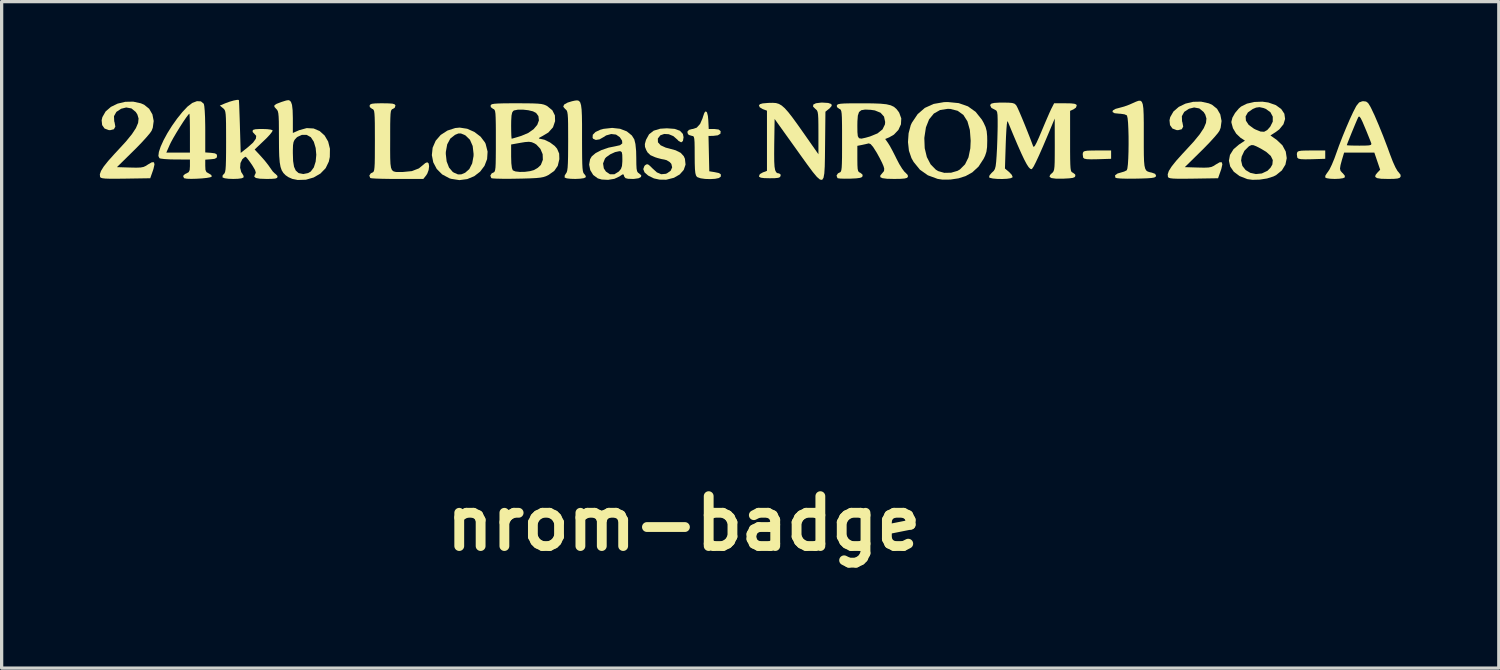
<source format=kicad_pcb>
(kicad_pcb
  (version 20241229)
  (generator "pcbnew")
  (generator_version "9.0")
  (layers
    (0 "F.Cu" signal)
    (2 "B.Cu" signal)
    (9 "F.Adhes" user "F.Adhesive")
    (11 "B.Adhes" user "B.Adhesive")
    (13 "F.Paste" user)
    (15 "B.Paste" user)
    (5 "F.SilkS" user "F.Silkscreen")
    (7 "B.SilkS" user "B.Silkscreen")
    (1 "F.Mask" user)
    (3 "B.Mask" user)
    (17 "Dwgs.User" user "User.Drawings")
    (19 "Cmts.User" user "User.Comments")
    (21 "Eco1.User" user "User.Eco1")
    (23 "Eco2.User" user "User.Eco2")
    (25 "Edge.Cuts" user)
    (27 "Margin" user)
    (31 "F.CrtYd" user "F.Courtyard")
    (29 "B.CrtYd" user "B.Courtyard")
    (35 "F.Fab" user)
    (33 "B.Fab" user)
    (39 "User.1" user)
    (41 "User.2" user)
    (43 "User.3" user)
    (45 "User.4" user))
  (footprint "nrom-badge"
    (layer "F.Cu")
    (at 20.337 1.441)
    (property "Reference" "nrom-badge" (at -2.5 11.5 0) (layer "F.SilkS") (effects (font (size 1.524 1.524) (thickness 0.3))))
    (attr board_only exclude_from_pos_files exclude_from_bom)
    (fp_poly (pts (xy 10.555 0.36) (xy 10.14 0.373) (xy 9.941 0.376) (xy 9.812 0.371) (xy 9.738 0.356) (xy 9.705 0.329) (xy 9.701 0.322) (xy 9.688 0.226) (xy 9.692 0.183) (xy 9.708 0.147) (xy 9.749 0.125) (xy 9.831 0.112) (xy 9.97 0.107) (xy 10.131 0.106) (xy 10.555 0.106)) (stroke (width 0) (type solid)) (fill yes) (layer "F.SilkS"))
    (fp_poly (pts (xy 17.096 0.36) (xy 16.681 0.373) (xy 16.483 0.376) (xy 16.354 0.371) (xy 16.28 0.356) (xy 16.246 0.329) (xy 16.242 0.322) (xy 16.229 0.226) (xy 16.233 0.183) (xy 16.249 0.147) (xy 16.29 0.125) (xy 16.372 0.112) (xy 16.511 0.107) (xy 16.672 0.106) (xy 17.096 0.106)) (stroke (width 0) (type solid)) (fill yes) (layer "F.SilkS"))
    (fp_poly (pts (xy -5.702 -1.41) (xy -5.663 -1.363) (xy -5.637 -1.276) (xy -5.62 -1.141) (xy -5.611 -0.949) (xy -5.607 -0.692) (xy -5.607 -0.361) (xy -5.607 -0.262) (xy -5.606 0.065) (xy -5.604 0.318) (xy -5.6 0.506) (xy -5.593 0.64) (xy -5.582 0.729) (xy -5.567 0.785) (xy -5.547 0.817) (xy -5.536 0.826) (xy -5.492 0.888) (xy -5.497 0.926) (xy -5.553 0.952) (xy -5.666 0.968) (xy -5.808 0.975) (xy -5.953 0.971) (xy -6.071 0.958) (xy -6.136 0.934) (xy -6.139 0.93) (xy -6.136 0.868) (xy -6.099 0.81) (xy -6.076 0.774) (xy -6.059 0.716) (xy -6.047 0.625) (xy -6.039 0.489) (xy -6.034 0.298) (xy -6.032 0.041) (xy -6.031 -0.181) (xy -6.032 -0.483) (xy -6.033 -0.71) (xy -6.037 -0.876) (xy -6.045 -0.991) (xy -6.057 -1.066) (xy -6.074 -1.113) (xy -6.098 -1.142) (xy -6.123 -1.162) (xy -6.181 -1.231) (xy -6.155 -1.296) (xy -6.048 -1.357) (xy -5.915 -1.398) (xy -5.825 -1.418) (xy -5.755 -1.425)) (stroke (width 0) (type solid)) (fill yes) (layer "F.SilkS"))
    (fp_poly (pts (xy -9.116 -0.558) (xy -8.895 -0.46) (xy -8.706 -0.316) (xy -8.573 -0.14) (xy -8.552 -0.097) (xy -8.492 0.141) (xy -8.507 0.369) (xy -8.587 0.576) (xy -8.722 0.754) (xy -8.901 0.892) (xy -9.114 0.98) (xy -9.353 1.011) (xy -9.605 0.972) (xy -9.657 0.956) (xy -9.88 0.837) (xy -10.046 0.669) (xy -10.152 0.468) (xy -10.195 0.247) (xy -10.191 0.212) (xy -9.769 0.212) (xy -9.743 0.44) (xy -9.67 0.628) (xy -9.558 0.76) (xy -9.519 0.784) (xy -9.397 0.837) (xy -9.295 0.835) (xy -9.178 0.786) (xy -9.051 0.675) (xy -8.963 0.501) (xy -8.922 0.279) (xy -8.92 0.212) (xy -8.948 -0.031) (xy -9.031 -0.221) (xy -9.164 -0.351) (xy -9.202 -0.372) (xy -9.307 -0.414) (xy -9.387 -0.413) (xy -9.486 -0.372) (xy -9.631 -0.258) (xy -9.726 -0.081) (xy -9.768 0.15) (xy -9.769 0.212) (xy -10.191 0.212) (xy -10.171 0.022) (xy -10.078 -0.192) (xy -9.925 -0.369) (xy -9.718 -0.503) (xy -9.48 -0.58) (xy -9.344 -0.593)) (stroke (width 0) (type solid)) (fill yes) (layer "F.SilkS"))
    (fp_poly (pts (xy -1.79 -1.058) (xy -1.762 -0.947) (xy -1.75 -0.813) (xy -1.737 -0.551) (xy -1.568 -0.551) (xy -1.435 -0.535) (xy -1.374 -0.486) (xy -1.373 -0.483) (xy -1.379 -0.407) (xy -1.459 -0.358) (xy -1.605 -0.34) (xy -1.744 -0.339) (xy -1.72 0.741) (xy -1.56 0.767) (xy -1.43 0.794) (xy -1.37 0.83) (xy -1.366 0.886) (xy -1.374 0.91) (xy -1.429 0.948) (xy -1.542 0.971) (xy -1.689 0.98) (xy -1.845 0.975) (xy -1.984 0.956) (xy -2.081 0.922) (xy -2.099 0.909) (xy -2.127 0.866) (xy -2.146 0.793) (xy -2.158 0.677) (xy -2.164 0.504) (xy -2.166 0.261) (xy -2.166 0.251) (xy -2.167 0.017) (xy -2.17 -0.146) (xy -2.178 -0.25) (xy -2.192 -0.308) (xy -2.214 -0.334) (xy -2.246 -0.339) (xy -2.338 -0.367) (xy -2.372 -0.395) (xy -2.391 -0.465) (xy -2.342 -0.523) (xy -2.241 -0.551) (xy -2.223 -0.551) (xy -2.103 -0.592) (xy -2 -0.706) (xy -1.924 -0.882) (xy -1.914 -0.918) (xy -1.87 -1.046) (xy -1.828 -1.091)) (stroke (width 0) (type solid)) (fill yes) (layer "F.SilkS"))
    (fp_poly (pts (xy 11.493 -1.381) (xy 11.522 -1.305) (xy 11.54 -1.179) (xy 11.549 -0.994) (xy 11.553 -0.741) (xy 11.553 -0.414) (xy 11.553 -0.339) (xy 11.553 -0.011) (xy 11.555 0.242) (xy 11.561 0.432) (xy 11.574 0.567) (xy 11.595 0.657) (xy 11.626 0.715) (xy 11.671 0.748) (xy 11.731 0.768) (xy 11.8 0.783) (xy 11.901 0.82) (xy 11.928 0.876) (xy 11.927 0.884) (xy 11.911 0.912) (xy 11.869 0.932) (xy 11.788 0.946) (xy 11.655 0.956) (xy 11.456 0.963) (xy 11.312 0.966) (xy 11.051 0.968) (xy 10.855 0.963) (xy 10.729 0.951) (xy 10.683 0.934) (xy 10.676 0.863) (xy 10.752 0.809) (xy 10.842 0.783) (xy 10.954 0.75) (xy 11.032 0.711) (xy 11.033 0.711) (xy 11.052 0.654) (xy 11.068 0.528) (xy 11.079 0.351) (xy 11.086 0.139) (xy 11.089 -0.093) (xy 11.088 -0.327) (xy 11.082 -0.547) (xy 11.073 -0.736) (xy 11.059 -0.879) (xy 11.04 -0.959) (xy 11.035 -0.967) (xy 10.963 -0.999) (xy 10.845 -1.016) (xy 10.804 -1.018) (xy 10.662 -1.032) (xy 10.597 -1.069) (xy 10.608 -1.117) (xy 10.692 -1.166) (xy 10.831 -1.203) (xy 10.955 -1.237) (xy 11.111 -1.294) (xy 11.208 -1.337) (xy 11.311 -1.383) (xy 11.39 -1.412) (xy 11.45 -1.414)) (stroke (width 0) (type solid)) (fill yes) (layer "F.SilkS"))
    (fp_poly (pts (xy 5.899 -1.341) (xy 6.182 -1.242) (xy 6.417 -1.074) (xy 6.607 -0.835) (xy 6.66 -0.742) (xy 6.72 -0.612) (xy 6.754 -0.486) (xy 6.768 -0.332) (xy 6.771 -0.191) (xy 6.766 0.002) (xy 6.746 0.144) (xy 6.705 0.268) (xy 6.66 0.36) (xy 6.504 0.6) (xy 6.314 0.775) (xy 6.11 0.888) (xy 5.893 0.957) (xy 5.644 0.994) (xy 5.402 0.996) (xy 5.256 0.974) (xy 4.957 0.864) (xy 4.715 0.693) (xy 4.522 0.456) (xy 4.456 0.339) (xy 4.379 0.114) (xy 4.35 -0.15) (xy 4.358 -0.269) (xy 4.849 -0.269) (xy 4.861 0.037) (xy 4.926 0.307) (xy 5.041 0.529) (xy 5.199 0.691) (xy 5.273 0.736) (xy 5.458 0.789) (xy 5.667 0.785) (xy 5.863 0.728) (xy 5.937 0.685) (xy 6.093 0.529) (xy 6.198 0.316) (xy 6.254 0.041) (xy 6.265 -0.191) (xy 6.24 -0.522) (xy 6.166 -0.785) (xy 6.042 -0.98) (xy 5.868 -1.106) (xy 5.646 -1.163) (xy 5.564 -1.166) (xy 5.33 -1.13) (xy 5.14 -1.022) (xy 4.995 -0.845) (xy 4.898 -0.601) (xy 4.851 -0.294) (xy 4.849 -0.269) (xy 4.358 -0.269) (xy 4.369 -0.421) (xy 4.434 -0.667) (xy 4.469 -0.742) (xy 4.645 -1.004) (xy 4.865 -1.195) (xy 5.132 -1.316) (xy 5.45 -1.371) (xy 5.564 -1.374)) (stroke (width 0) (type solid)) (fill yes) (layer "F.SilkS"))
    (fp_poly (pts (xy -2.778 -0.554) (xy -2.616 -0.496) (xy -2.526 -0.399) (xy -2.506 -0.298) (xy -2.525 -0.183) (xy -2.578 -0.143) (xy -2.655 -0.183) (xy -2.694 -0.225) (xy -2.816 -0.332) (xy -2.957 -0.391) (xy -3.097 -0.399) (xy -3.214 -0.358) (xy -3.288 -0.264) (xy -3.292 -0.254) (xy -3.288 -0.144) (xy -3.205 -0.052) (xy -3.05 0.019) (xy -2.967 0.04) (xy -2.746 0.101) (xy -2.595 0.177) (xy -2.501 0.278) (xy -2.464 0.36) (xy -2.445 0.537) (xy -2.501 0.7) (xy -2.623 0.838) (xy -2.8 0.94) (xy -3.022 0.996) (xy -3.043 0.999) (xy -3.24 0.996) (xy -3.411 0.959) (xy -3.586 0.873) (xy -3.697 0.776) (xy -3.737 0.674) (xy -3.701 0.578) (xy -3.671 0.549) (xy -3.622 0.524) (xy -3.568 0.545) (xy -3.487 0.621) (xy -3.465 0.644) (xy -3.321 0.775) (xy -3.188 0.831) (xy -3.052 0.819) (xy -3.012 0.804) (xy -2.9 0.725) (xy -2.854 0.622) (xy -2.879 0.515) (xy -2.929 0.459) (xy -3.024 0.402) (xy -3.098 0.382) (xy -3.179 0.368) (xy -3.304 0.335) (xy -3.372 0.313) (xy -3.516 0.25) (xy -3.604 0.167) (xy -3.643 0.099) (xy -3.684 -0.004) (xy -3.688 -0.092) (xy -3.656 -0.208) (xy -3.651 -0.222) (xy -3.56 -0.388) (xy -3.419 -0.499) (xy -3.22 -0.559) (xy -3.014 -0.572)) (stroke (width 0) (type solid)) (fill yes) (layer "F.SilkS"))
    (fp_poly (pts (xy -19.084 -1.335) (xy -18.984 -1.292) (xy -18.83 -1.168) (xy -18.731 -0.996) (xy -18.692 -0.795) (xy -18.72 -0.588) (xy -18.756 -0.496) (xy -18.809 -0.42) (xy -18.911 -0.3) (xy -19.05 -0.147) (xy -19.214 0.023) (xy -19.319 0.127) (xy -19.815 0.615) (xy -19.414 0.627) (xy -19.223 0.631) (xy -19.093 0.626) (xy -19.003 0.609) (xy -18.929 0.575) (xy -18.864 0.532) (xy -18.749 0.466) (xy -18.684 0.465) (xy -18.668 0.532) (xy -18.699 0.669) (xy -18.718 0.727) (xy -18.798 0.954) (xy -19.552 0.966) (xy -19.826 0.969) (xy -20.027 0.969) (xy -20.167 0.964) (xy -20.256 0.954) (xy -20.306 0.939) (xy -20.328 0.916) (xy -20.33 0.912) (xy -20.337 0.832) (xy -20.301 0.729) (xy -20.218 0.596) (xy -20.082 0.425) (xy -19.888 0.209) (xy -19.787 0.101) (xy -19.541 -0.167) (xy -19.358 -0.391) (xy -19.235 -0.578) (xy -19.168 -0.736) (xy -19.154 -0.871) (xy -19.19 -0.992) (xy -19.24 -1.071) (xy -19.372 -1.179) (xy -19.531 -1.208) (xy -19.687 -1.169) (xy -19.832 -1.073) (xy -19.905 -0.942) (xy -19.898 -0.786) (xy -19.887 -0.753) (xy -19.864 -0.623) (xy -19.908 -0.543) (xy -20.019 -0.515) (xy -20.065 -0.517) (xy -20.193 -0.565) (xy -20.267 -0.67) (xy -20.282 -0.817) (xy -20.26 -0.912) (xy -20.161 -1.086) (xy -19.999 -1.226) (xy -19.793 -1.326) (xy -19.56 -1.381) (xy -19.318 -1.386)) (stroke (width 0) (type solid)) (fill yes) (layer "F.SilkS"))
    (fp_poly (pts (xy 13.537 -1.335) (xy 13.637 -1.292) (xy 13.791 -1.168) (xy 13.89 -0.996) (xy 13.929 -0.795) (xy 13.901 -0.588) (xy 13.865 -0.496) (xy 13.812 -0.42) (xy 13.71 -0.3) (xy 13.571 -0.147) (xy 13.406 0.023) (xy 13.302 0.127) (xy 12.806 0.615) (xy 13.206 0.627) (xy 13.398 0.631) (xy 13.528 0.626) (xy 13.618 0.609) (xy 13.692 0.575) (xy 13.757 0.532) (xy 13.871 0.466) (xy 13.936 0.465) (xy 13.953 0.532) (xy 13.922 0.669) (xy 13.902 0.727) (xy 13.822 0.954) (xy 13.069 0.966) (xy 12.795 0.969) (xy 12.593 0.969) (xy 12.454 0.964) (xy 12.365 0.954) (xy 12.315 0.939) (xy 12.293 0.916) (xy 12.291 0.912) (xy 12.284 0.832) (xy 12.319 0.729) (xy 12.403 0.596) (xy 12.539 0.425) (xy 12.733 0.209) (xy 12.834 0.101) (xy 13.08 -0.167) (xy 13.263 -0.391) (xy 13.386 -0.578) (xy 13.453 -0.736) (xy 13.467 -0.871) (xy 13.431 -0.992) (xy 13.38 -1.071) (xy 13.249 -1.179) (xy 13.09 -1.208) (xy 12.934 -1.169) (xy 12.788 -1.073) (xy 12.716 -0.942) (xy 12.722 -0.786) (xy 12.733 -0.753) (xy 12.757 -0.623) (xy 12.713 -0.543) (xy 12.602 -0.515) (xy 12.555 -0.517) (xy 12.428 -0.565) (xy 12.354 -0.67) (xy 12.339 -0.817) (xy 12.36 -0.912) (xy 12.46 -1.086) (xy 12.622 -1.226) (xy 12.828 -1.326) (xy 13.061 -1.381) (xy 13.303 -1.386)) (stroke (width 0) (type solid)) (fill yes) (layer "F.SilkS"))
    (fp_poly (pts (xy -11.517 -1.333) (xy -11.4 -1.325) (xy -11.337 -1.307) (xy -11.31 -1.277) (xy -11.307 -1.265) (xy -11.331 -1.196) (xy -11.381 -1.167) (xy -11.409 -1.155) (xy -11.431 -1.131) (xy -11.447 -1.086) (xy -11.457 -1.009) (xy -11.463 -0.887) (xy -11.467 -0.712) (xy -11.468 -0.471) (xy -11.468 -0.214) (xy -11.469 0.099) (xy -11.467 0.337) (xy -11.46 0.51) (xy -11.443 0.63) (xy -11.413 0.704) (xy -11.364 0.745) (xy -11.293 0.762) (xy -11.197 0.764) (xy -11.081 0.763) (xy -10.805 0.736) (xy -10.591 0.653) (xy -10.474 0.557) (xy -10.396 0.491) (xy -10.336 0.466) (xy -10.292 0.501) (xy -10.279 0.588) (xy -10.293 0.701) (xy -10.334 0.812) (xy -10.367 0.864) (xy -10.455 0.975) (xy -11.252 0.975) (xy -11.504 0.974) (xy -11.726 0.97) (xy -11.905 0.964) (xy -12.026 0.956) (xy -12.077 0.947) (xy -12.077 0.947) (xy -12.105 0.873) (xy -12.063 0.806) (xy -12.02 0.784) (xy -11.993 0.772) (xy -11.972 0.748) (xy -11.957 0.702) (xy -11.947 0.622) (xy -11.94 0.498) (xy -11.937 0.321) (xy -11.936 0.078) (xy -11.935 -0.191) (xy -11.936 -0.498) (xy -11.937 -0.731) (xy -11.941 -0.9) (xy -11.948 -1.017) (xy -11.958 -1.091) (xy -11.974 -1.134) (xy -11.996 -1.156) (xy -12.023 -1.167) (xy -12.089 -1.218) (xy -12.097 -1.265) (xy -12.078 -1.299) (xy -12.027 -1.321) (xy -11.927 -1.332) (xy -11.763 -1.336) (xy -11.702 -1.336)) (stroke (width 0) (type solid)) (fill yes) (layer "F.SilkS"))
    (fp_poly (pts (xy -14.53 -1.414) (xy -14.498 -1.376) (xy -14.467 -1.288) (xy -14.448 -1.125) (xy -14.441 -0.883) (xy -14.441 -0.864) (xy -14.441 -0.429) (xy -14.246 -0.515) (xy -14.017 -0.578) (xy -13.806 -0.566) (xy -13.621 -0.487) (xy -13.471 -0.352) (xy -13.363 -0.168) (xy -13.308 0.053) (xy -13.312 0.304) (xy -13.342 0.445) (xy -13.439 0.646) (xy -13.599 0.811) (xy -13.806 0.931) (xy -14.042 0.999) (xy -14.291 1.007) (xy -14.457 0.974) (xy -14.579 0.92) (xy -14.664 0.861) (xy -14.731 0.792) (xy -14.781 0.712) (xy -14.817 0.608) (xy -14.842 0.468) (xy -14.857 0.279) (xy -14.86 0.187) (xy -14.441 0.187) (xy -14.433 0.43) (xy -14.405 0.603) (xy -14.353 0.718) (xy -14.273 0.79) (xy -14.256 0.799) (xy -14.122 0.825) (xy -13.975 0.796) (xy -13.894 0.749) (xy -13.8 0.623) (xy -13.744 0.444) (xy -13.725 0.238) (xy -13.744 0.029) (xy -13.8 -0.159) (xy -13.892 -0.3) (xy -14.017 -0.37) (xy -14.163 -0.372) (xy -14.303 -0.308) (xy -14.337 -0.278) (xy -14.389 -0.218) (xy -14.42 -0.151) (xy -14.436 -0.055) (xy -14.441 0.093) (xy -14.441 0.187) (xy -14.86 0.187) (xy -14.864 0.03) (xy -14.866 -0.289) (xy -14.867 -0.57) (xy -14.869 -0.778) (xy -14.875 -0.927) (xy -14.885 -1.028) (xy -14.9 -1.093) (xy -14.922 -1.135) (xy -14.95 -1.165) (xy -15.005 -1.226) (xy -15.004 -1.274) (xy -14.94 -1.318) (xy -14.803 -1.371) (xy -14.774 -1.381) (xy -14.646 -1.421) (xy -14.574 -1.432)) (stroke (width 0) (type solid)) (fill yes) (layer "F.SilkS"))
    (fp_poly (pts (xy 1.913 -1.346) (xy 2.008 -1.313) (xy 2.021 -1.258) (xy 1.954 -1.18) (xy 1.94 -1.169) (xy 1.828 -1.079) (xy 1.817 -0.041) (xy 1.813 0.316) (xy 1.807 0.598) (xy 1.794 0.806) (xy 1.769 0.941) (xy 1.727 1.004) (xy 1.661 0.994) (xy 1.568 0.914) (xy 1.442 0.763) (xy 1.278 0.542) (xy 1.07 0.253) (xy 0.949 0.083) (xy 0.276 -0.857) (xy 0.264 -0.084) (xy 0.262 0.215) (xy 0.264 0.439) (xy 0.273 0.599) (xy 0.292 0.706) (xy 0.321 0.769) (xy 0.362 0.799) (xy 0.412 0.806) (xy 0.458 0.838) (xy 0.459 0.88) (xy 0.439 0.919) (xy 0.387 0.941) (xy 0.283 0.952) (xy 0.127 0.954) (xy -0.043 0.95) (xy -0.144 0.937) (xy -0.193 0.911) (xy -0.202 0.89) (xy -0.175 0.828) (xy -0.086 0.777) (xy 0.042 0.728) (xy 0.042 -1.11) (xy -0.086 -1.158) (xy -0.178 -1.213) (xy -0.203 -1.271) (xy -0.173 -1.308) (xy -0.092 -1.332) (xy 0.055 -1.345) (xy 0.107 -1.348) (xy 0.221 -1.35) (xy 0.318 -1.343) (xy 0.406 -1.317) (xy 0.492 -1.267) (xy 0.586 -1.185) (xy 0.694 -1.064) (xy 0.824 -0.897) (xy 0.984 -0.677) (xy 1.182 -0.396) (xy 1.247 -0.303) (xy 1.614 0.221) (xy 1.614 -0.438) (xy 1.613 -0.689) (xy 1.61 -0.869) (xy 1.603 -0.991) (xy 1.59 -1.069) (xy 1.57 -1.117) (xy 1.54 -1.149) (xy 1.524 -1.161) (xy 1.45 -1.235) (xy 1.457 -1.296) (xy 1.538 -1.337) (xy 1.691 -1.356) (xy 1.738 -1.357)) (stroke (width 0) (type solid)) (fill yes) (layer "F.SilkS"))
    (fp_poly (pts (xy -17.249 -1.394) (xy -17.165 -1.324) (xy -17.161 -1.317) (xy -17.146 -1.246) (xy -17.133 -1.104) (xy -17.123 -0.906) (xy -17.118 -0.667) (xy -17.117 -0.535) (xy -17.117 0.165) (xy -16.937 0.178) (xy -16.82 0.194) (xy -16.767 0.226) (xy -16.756 0.276) (xy -16.772 0.331) (xy -16.833 0.361) (xy -16.937 0.373) (xy -17.117 0.387) (xy -17.117 0.576) (xy -17.111 0.698) (xy -17.081 0.765) (xy -17.016 0.804) (xy -17.008 0.807) (xy -16.934 0.854) (xy -16.916 0.901) (xy -16.962 0.924) (xy -17.071 0.944) (xy -17.219 0.959) (xy -17.385 0.969) (xy -17.544 0.973) (xy -17.676 0.969) (xy -17.756 0.955) (xy -17.767 0.948) (xy -17.794 0.884) (xy -17.738 0.827) (xy -17.691 0.806) (xy -17.624 0.768) (xy -17.593 0.705) (xy -17.585 0.587) (xy -17.585 0.574) (xy -17.585 0.382) (xy -18.02 0.381) (xy -18.209 0.377) (xy -18.37 0.367) (xy -18.48 0.353) (xy -18.516 0.342) (xy -18.549 0.274) (xy -18.536 0.17) (xy -18.306 0.17) (xy -17.585 0.17) (xy -17.585 -0.424) (xy -17.586 -0.637) (xy -17.589 -0.817) (xy -17.594 -0.947) (xy -17.6 -1.013) (xy -17.602 -1.018) (xy -17.638 -0.984) (xy -17.706 -0.892) (xy -17.796 -0.76) (xy -17.897 -0.602) (xy -17.999 -0.436) (xy -18.092 -0.278) (xy -18.165 -0.144) (xy -18.199 -0.074) (xy -18.306 0.17) (xy -18.536 0.17) (xy -18.534 0.152) (xy -18.479 -0.013) (xy -18.39 -0.209) (xy -18.273 -0.424) (xy -18.134 -0.646) (xy -17.979 -0.865) (xy -17.816 -1.068) (xy -17.659 -1.235) (xy -17.512 -1.347) (xy -17.37 -1.401)) (stroke (width 0) (type solid)) (fill yes) (layer "F.SilkS"))
    (fp_poly (pts (xy -4.446 -0.557) (xy -4.24 -0.478) (xy -4.085 -0.352) (xy -4.011 -0.234) (xy -3.976 -0.092) (xy -3.955 0.122) (xy -3.95 0.336) (xy -3.948 0.532) (xy -3.941 0.661) (xy -3.926 0.738) (xy -3.899 0.782) (xy -3.867 0.805) (xy -3.798 0.863) (xy -3.806 0.915) (xy -3.882 0.955) (xy -4.019 0.974) (xy -4.065 0.975) (xy -4.203 0.97) (xy -4.279 0.951) (xy -4.314 0.91) (xy -4.32 0.892) (xy -4.338 0.84) (xy -4.371 0.837) (xy -4.441 0.883) (xy -4.462 0.898) (xy -4.617 0.971) (xy -4.811 1.003) (xy -5.006 0.993) (xy -5.126 0.958) (xy -5.266 0.854) (xy -5.356 0.706) (xy -5.39 0.538) (xy -5.384 0.502) (xy -4.965 0.502) (xy -4.942 0.652) (xy -4.877 0.75) (xy -4.753 0.833) (xy -4.619 0.833) (xy -4.487 0.751) (xy -4.479 0.744) (xy -4.418 0.669) (xy -4.387 0.58) (xy -4.376 0.447) (xy -4.375 0.384) (xy -4.378 0.241) (xy -4.391 0.164) (xy -4.421 0.133) (xy -4.464 0.127) (xy -4.597 0.155) (xy -4.745 0.223) (xy -4.869 0.311) (xy -4.907 0.354) (xy -4.965 0.502) (xy -5.384 0.502) (xy -5.361 0.373) (xy -5.311 0.287) (xy -5.192 0.186) (xy -5.012 0.093) (xy -4.796 0.019) (xy -4.598 -0.021) (xy -4.448 -0.055) (xy -4.378 -0.11) (xy -4.384 -0.194) (xy -4.454 -0.301) (xy -4.569 -0.38) (xy -4.716 -0.397) (xy -4.871 -0.354) (xy -4.947 -0.305) (xy -5.072 -0.234) (xy -5.186 -0.216) (xy -5.267 -0.252) (xy -5.285 -0.282) (xy -5.279 -0.374) (xy -5.198 -0.458) (xy -5.051 -0.527) (xy -4.949 -0.555) (xy -4.687 -0.584)) (stroke (width 0) (type solid)) (fill yes) (layer "F.SilkS"))
    (fp_poly (pts (xy 15.358 -1.36) (xy 15.588 -1.279) (xy 15.751 -1.161) (xy 15.847 -1.017) (xy 15.87 -0.858) (xy 15.82 -0.695) (xy 15.693 -0.539) (xy 15.588 -0.46) (xy 15.422 -0.353) (xy 15.614 -0.218) (xy 15.788 -0.052) (xy 15.89 0.139) (xy 15.92 0.34) (xy 15.88 0.537) (xy 15.771 0.715) (xy 15.594 0.859) (xy 15.512 0.9) (xy 15.319 0.961) (xy 15.093 0.996) (xy 14.873 1.002) (xy 14.718 0.981) (xy 14.478 0.887) (xy 14.302 0.754) (xy 14.193 0.595) (xy 14.154 0.421) (xy 14.155 0.412) (xy 14.526 0.412) (xy 14.564 0.575) (xy 14.663 0.703) (xy 14.807 0.789) (xy 14.978 0.826) (xy 15.159 0.808) (xy 15.33 0.727) (xy 15.333 0.725) (xy 15.426 0.63) (xy 15.481 0.533) (xy 15.494 0.399) (xy 15.433 0.273) (xy 15.293 0.148) (xy 15.132 0.051) (xy 14.992 -0.021) (xy 14.904 -0.056) (xy 14.843 -0.059) (xy 14.787 -0.035) (xy 14.759 -0.017) (xy 14.626 0.116) (xy 14.544 0.291) (xy 14.526 0.412) (xy 14.155 0.412) (xy 14.186 0.241) (xy 14.294 0.068) (xy 14.461 -0.075) (xy 14.643 -0.195) (xy 14.506 -0.284) (xy 14.376 -0.408) (xy 14.277 -0.574) (xy 14.23 -0.745) (xy 14.229 -0.774) (xy 14.26 -0.897) (xy 14.282 -0.935) (xy 14.664 -0.935) (xy 14.673 -0.805) (xy 14.757 -0.677) (xy 14.917 -0.56) (xy 14.968 -0.534) (xy 15.121 -0.472) (xy 15.23 -0.466) (xy 15.324 -0.518) (xy 15.415 -0.62) (xy 15.493 -0.776) (xy 15.493 -0.928) (xy 15.421 -1.063) (xy 15.281 -1.164) (xy 15.209 -1.192) (xy 15.086 -1.218) (xy 14.983 -1.204) (xy 14.881 -1.161) (xy 14.733 -1.057) (xy 14.664 -0.935) (xy 14.282 -0.935) (xy 14.341 -1.04) (xy 14.454 -1.174) (xy 14.526 -1.237) (xy 14.704 -1.325) (xy 14.93 -1.376) (xy 15.175 -1.385)) (stroke (width 0) (type solid)) (fill yes) (layer "F.SilkS"))
    (fp_poly (pts (xy 18.344 -1.389) (xy 18.405 -1.344) (xy 18.467 -1.246) (xy 18.495 -1.193) (xy 18.603 -0.966) (xy 18.727 -0.676) (xy 18.862 -0.344) (xy 18.998 0.012) (xy 19.076 0.227) (xy 19.16 0.445) (xy 19.238 0.618) (xy 19.304 0.733) (xy 19.335 0.768) (xy 19.398 0.849) (xy 19.398 0.906) (xy 19.369 0.941) (xy 19.305 0.962) (xy 19.188 0.973) (xy 19.011 0.975) (xy 18.806 0.97) (xy 18.679 0.95) (xy 18.623 0.913) (xy 18.632 0.855) (xy 18.684 0.789) (xy 18.774 0.694) (xy 18.596 0.17) (xy 17.673 0.17) (xy 17.607 0.389) (xy 17.563 0.552) (xy 17.547 0.658) (xy 17.563 0.727) (xy 17.612 0.784) (xy 17.634 0.803) (xy 17.692 0.873) (xy 17.695 0.926) (xy 17.638 0.953) (xy 17.525 0.969) (xy 17.386 0.975) (xy 17.248 0.969) (xy 17.141 0.953) (xy 17.094 0.929) (xy 17.101 0.871) (xy 17.155 0.787) (xy 17.17 0.77) (xy 17.227 0.684) (xy 17.298 0.538) (xy 17.374 0.355) (xy 17.429 0.203) (xy 17.519 -0.048) (xy 17.522 -0.055) (xy 17.755 -0.055) (xy 17.794 -0.05) (xy 17.899 -0.045) (xy 18.052 -0.043) (xy 18.14 -0.042) (xy 18.322 -0.044) (xy 18.433 -0.05) (xy 18.49 -0.065) (xy 18.506 -0.091) (xy 18.501 -0.117) (xy 18.475 -0.186) (xy 18.424 -0.313) (xy 18.358 -0.477) (xy 18.311 -0.589) (xy 18.235 -0.768) (xy 18.182 -0.877) (xy 18.145 -0.927) (xy 18.118 -0.928) (xy 18.103 -0.907) (xy 18.073 -0.842) (xy 18.023 -0.725) (xy 17.961 -0.576) (xy 17.895 -0.416) (xy 17.834 -0.264) (xy 17.785 -0.141) (xy 17.758 -0.067) (xy 17.755 -0.055) (xy 17.522 -0.055) (xy 17.624 -0.319) (xy 17.736 -0.591) (xy 17.846 -0.846) (xy 17.947 -1.064) (xy 18.031 -1.227) (xy 18.051 -1.262) (xy 18.131 -1.361) (xy 18.225 -1.397) (xy 18.263 -1.399)) (stroke (width 0) (type solid)) (fill yes) (layer "F.SilkS"))
    (fp_poly (pts (xy -16.091 -1.438) (xy -16.09 -1.436) (xy -16.086 -1.391) (xy -16.08 -1.274) (xy -16.074 -1.1) (xy -16.066 -0.88) (xy -16.058 -0.63) (xy -16.058 -0.62) (xy -16.034 0.181) (xy -15.815 0.007) (xy -15.657 -0.134) (xy -15.572 -0.252) (xy -15.56 -0.341) (xy -15.605 -0.39) (xy -15.663 -0.452) (xy -15.673 -0.49) (xy -15.654 -0.524) (xy -15.586 -0.543) (xy -15.454 -0.551) (xy -15.378 -0.551) (xy -15.228 -0.546) (xy -15.113 -0.531) (xy -15.059 -0.511) (xy -15.058 -0.51) (xy -15.076 -0.465) (xy -15.144 -0.378) (xy -15.251 -0.264) (xy -15.321 -0.197) (xy -15.608 0.076) (xy -15.417 0.282) (xy -15.298 0.417) (xy -15.189 0.556) (xy -15.129 0.642) (xy -15.056 0.745) (xy -14.988 0.812) (xy -14.972 0.821) (xy -14.916 0.878) (xy -14.909 0.91) (xy -14.924 0.944) (xy -14.979 0.964) (xy -15.091 0.973) (xy -15.246 0.975) (xy -15.447 0.968) (xy -15.57 0.946) (xy -15.62 0.905) (xy -15.602 0.845) (xy -15.589 0.828) (xy -15.573 0.779) (xy -15.596 0.703) (xy -15.665 0.584) (xy -15.698 0.533) (xy -15.782 0.414) (xy -15.849 0.329) (xy -15.885 0.297) (xy -15.933 0.325) (xy -15.985 0.374) (xy -16.041 0.489) (xy -16.052 0.633) (xy -16.018 0.766) (xy -15.988 0.81) (xy -15.945 0.885) (xy -15.948 0.93) (xy -16.004 0.955) (xy -16.117 0.97) (xy -16.259 0.975) (xy -16.404 0.97) (xy -16.522 0.955) (xy -16.587 0.93) (xy -16.59 0.926) (xy -16.586 0.866) (xy -16.55 0.826) (xy -16.527 0.801) (xy -16.51 0.756) (xy -16.497 0.68) (xy -16.489 0.563) (xy -16.484 0.394) (xy -16.481 0.162) (xy -16.48 -0.143) (xy -16.48 -0.167) (xy -16.481 -0.474) (xy -16.482 -0.706) (xy -16.486 -0.876) (xy -16.493 -0.996) (xy -16.504 -1.075) (xy -16.521 -1.126) (xy -16.544 -1.16) (xy -16.575 -1.188) (xy -16.576 -1.188) (xy -16.671 -1.266) (xy -16.51 -1.334) (xy -16.378 -1.383) (xy -16.247 -1.421) (xy -16.143 -1.441)) (stroke (width 0) (type solid)) (fill yes) (layer "F.SilkS"))
    (fp_poly (pts (xy 3.266 -1.333) (xy 3.508 -1.324) (xy 3.689 -1.306) (xy 3.823 -1.274) (xy 3.922 -1.227) (xy 3.999 -1.16) (xy 4.067 -1.071) (xy 4.082 -1.047) (xy 4.145 -0.874) (xy 4.135 -0.693) (xy 4.057 -0.522) (xy 3.92 -0.378) (xy 3.776 -0.295) (xy 3.654 -0.245) (xy 3.738 -0.126) (xy 3.795 -0.035) (xy 3.873 0.108) (xy 3.96 0.278) (xy 3.997 0.354) (xy 4.084 0.521) (xy 4.172 0.663) (xy 4.245 0.759) (xy 4.272 0.782) (xy 4.342 0.855) (xy 4.348 0.912) (xy 4.318 0.943) (xy 4.247 0.962) (xy 4.12 0.972) (xy 3.927 0.975) (xy 3.709 0.97) (xy 3.57 0.952) (xy 3.504 0.92) (xy 3.505 0.869) (xy 3.561 0.803) (xy 3.618 0.734) (xy 3.624 0.66) (xy 3.602 0.583) (xy 3.557 0.479) (xy 3.483 0.332) (xy 3.395 0.173) (xy 3.386 0.158) (xy 3.285 -0.001) (xy 3.21 -0.088) (xy 3.154 -0.111) (xy 3.148 -0.11) (xy 3.059 -0.089) (xy 2.941 -0.063) (xy 2.803 -0.036) (xy 2.803 0.361) (xy 2.805 0.548) (xy 2.812 0.667) (xy 2.828 0.735) (xy 2.856 0.77) (xy 2.891 0.785) (xy 2.957 0.837) (xy 2.965 0.884) (xy 2.944 0.919) (xy 2.886 0.942) (xy 2.777 0.957) (xy 2.599 0.966) (xy 2.588 0.966) (xy 2.42 0.968) (xy 2.286 0.964) (xy 2.207 0.954) (xy 2.196 0.949) (xy 2.167 0.874) (xy 2.209 0.806) (xy 2.251 0.784) (xy 2.279 0.772) (xy 2.3 0.748) (xy 2.315 0.702) (xy 2.325 0.622) (xy 2.331 0.498) (xy 2.335 0.321) (xy 2.336 0.078) (xy 2.336 -0.191) (xy 2.336 -0.498) (xy 2.335 -0.656) (xy 2.803 -0.656) (xy 2.805 -0.457) (xy 2.817 -0.332) (xy 2.854 -0.269) (xy 2.928 -0.256) (xy 3.052 -0.283) (xy 3.189 -0.322) (xy 3.419 -0.416) (xy 3.572 -0.539) (xy 3.646 -0.691) (xy 3.653 -0.764) (xy 3.618 -0.929) (xy 3.512 -1.047) (xy 3.337 -1.118) (xy 3.213 -1.136) (xy 3.041 -1.144) (xy 2.925 -1.125) (xy 2.854 -1.068) (xy 2.818 -0.959) (xy 2.805 -0.785) (xy 2.803 -0.656) (xy 2.335 -0.656) (xy 2.334 -0.731) (xy 2.331 -0.9) (xy 2.324 -1.017) (xy 2.313 -1.091) (xy 2.297 -1.134) (xy 2.275 -1.156) (xy 2.249 -1.167) (xy 2.182 -1.218) (xy 2.175 -1.265) (xy 2.188 -1.29) (xy 2.223 -1.309) (xy 2.292 -1.322) (xy 2.406 -1.33) (xy 2.576 -1.334) (xy 2.814 -1.335) (xy 2.953 -1.335)) (stroke (width 0) (type solid)) (fill yes) (layer "F.SilkS"))
    (fp_poly (pts (xy -7.321 -1.335) (xy -7.112 -1.332) (xy -6.959 -1.325) (xy -6.851 -1.314) (xy -6.772 -1.296) (xy -6.709 -1.271) (xy -6.669 -1.249) (xy -6.514 -1.122) (xy -6.436 -0.966) (xy -6.43 -0.791) (xy -6.494 -0.602) (xy -6.636 -0.443) (xy -6.817 -0.335) (xy -6.912 -0.284) (xy -6.926 -0.258) (xy -6.902 -0.254) (xy -6.752 -0.221) (xy -6.586 -0.14) (xy -6.442 -0.033) (xy -6.37 0.051) (xy -6.306 0.2) (xy -6.3 0.37) (xy -6.349 0.575) (xy -6.457 0.731) (xy -6.636 0.857) (xy -6.637 0.857) (xy -6.709 0.892) (xy -6.786 0.917) (xy -6.881 0.935) (xy -7.009 0.948) (xy -7.185 0.957) (xy -7.424 0.964) (xy -7.582 0.967) (xy -7.829 0.971) (xy -8.046 0.97) (xy -8.22 0.966) (xy -8.335 0.959) (xy -8.378 0.951) (xy -8.409 0.874) (xy -8.368 0.806) (xy -8.325 0.784) (xy -8.298 0.772) (xy -8.277 0.748) (xy -8.262 0.702) (xy -8.251 0.622) (xy -8.245 0.498) (xy -8.242 0.321) (xy -8.242 0.292) (xy -7.773 0.292) (xy -7.767 0.497) (xy -7.749 0.641) (xy -7.722 0.712) (xy -7.643 0.746) (xy -7.509 0.761) (xy -7.35 0.758) (xy -7.193 0.737) (xy -7.076 0.704) (xy -6.958 0.635) (xy -6.868 0.55) (xy -6.865 0.546) (xy -6.804 0.391) (xy -6.81 0.22) (xy -6.879 0.057) (xy -7.001 -0.074) (xy -7.06 -0.111) (xy -7.144 -0.147) (xy -7.231 -0.16) (xy -7.349 -0.151) (xy -7.484 -0.129) (xy -7.773 -0.077) (xy -7.773 0.292) (xy -8.242 0.292) (xy -8.24 0.078) (xy -8.24 -0.191) (xy -8.24 -0.498) (xy -8.241 -0.652) (xy -7.773 -0.652) (xy -7.771 -0.48) (xy -7.767 -0.346) (xy -7.76 -0.267) (xy -7.756 -0.254) (xy -7.71 -0.266) (xy -7.606 -0.296) (xy -7.465 -0.339) (xy -7.463 -0.34) (xy -7.251 -0.429) (xy -7.086 -0.545) (xy -6.975 -0.677) (xy -6.924 -0.814) (xy -6.94 -0.945) (xy -7.011 -1.041) (xy -7.106 -1.09) (xy -7.25 -1.124) (xy -7.413 -1.142) (xy -7.567 -1.141) (xy -7.681 -1.118) (xy -7.709 -1.102) (xy -7.742 -1.052) (xy -7.762 -0.957) (xy -7.771 -0.801) (xy -7.773 -0.652) (xy -8.241 -0.652) (xy -8.242 -0.731) (xy -8.246 -0.9) (xy -8.252 -1.017) (xy -8.263 -1.091) (xy -8.279 -1.134) (xy -8.301 -1.156) (xy -8.327 -1.167) (xy -8.394 -1.218) (xy -8.401 -1.265) (xy -8.388 -1.29) (xy -8.354 -1.309) (xy -8.286 -1.321) (xy -8.173 -1.329) (xy -8.005 -1.334) (xy -7.77 -1.336) (xy -7.602 -1.336)) (stroke (width 0) (type solid)) (fill yes) (layer "F.SilkS"))
    (fp_poly (pts (xy 7.422 -1.355) (xy 7.535 -1.345) (xy 7.602 -1.324) (xy 7.646 -1.286) (xy 7.665 -1.26) (xy 7.7 -1.191) (xy 7.758 -1.061) (xy 7.833 -0.885) (xy 7.917 -0.681) (xy 8.003 -0.466) (xy 8.085 -0.258) (xy 8.155 -0.073) (xy 8.174 -0.021) (xy 8.194 -0.004) (xy 8.227 -0.039) (xy 8.278 -0.133) (xy 8.35 -0.292) (xy 8.433 -0.488) (xy 8.523 -0.702) (xy 8.608 -0.9) (xy 8.68 -1.064) (xy 8.73 -1.173) (xy 8.738 -1.187) (xy 8.814 -1.336) (xy 9.153 -1.336) (xy 9.328 -1.333) (xy 9.435 -1.321) (xy 9.489 -1.299) (xy 9.505 -1.269) (xy 9.48 -1.203) (xy 9.41 -1.153) (xy 9.302 -1.104) (xy 9.302 -0.173) (xy 9.302 0.13) (xy 9.304 0.36) (xy 9.308 0.527) (xy 9.315 0.641) (xy 9.326 0.713) (xy 9.342 0.754) (xy 9.364 0.775) (xy 9.389 0.785) (xy 9.456 0.837) (xy 9.463 0.884) (xy 9.442 0.919) (xy 9.384 0.943) (xy 9.273 0.957) (xy 9.093 0.967) (xy 8.873 0.967) (xy 8.734 0.949) (xy 8.674 0.912) (xy 8.689 0.855) (xy 8.739 0.806) (xy 8.773 0.776) (xy 8.797 0.739) (xy 8.814 0.684) (xy 8.825 0.597) (xy 8.831 0.466) (xy 8.833 0.279) (xy 8.834 0.024) (xy 8.834 -0.07) (xy 8.832 -0.869) (xy 8.628 -0.382) (xy 8.477 -0.026) (xy 8.354 0.253) (xy 8.258 0.459) (xy 8.188 0.596) (xy 8.14 0.666) (xy 8.122 0.678) (xy 8.082 0.663) (xy 8.034 0.613) (xy 7.975 0.522) (xy 7.901 0.383) (xy 7.81 0.19) (xy 7.698 -0.063) (xy 7.562 -0.383) (xy 7.4 -0.775) (xy 7.396 -0.784) (xy 7.382 -0.775) (xy 7.369 -0.688) (xy 7.356 -0.531) (xy 7.344 -0.312) (xy 7.336 -0.106) (xy 7.312 0.657) (xy 7.443 0.767) (xy 7.521 0.851) (xy 7.547 0.916) (xy 7.543 0.926) (xy 7.487 0.953) (xy 7.374 0.97) (xy 7.228 0.977) (xy 7.076 0.974) (xy 6.942 0.962) (xy 6.851 0.941) (xy 6.826 0.922) (xy 6.843 0.862) (xy 6.909 0.786) (xy 6.918 0.778) (xy 6.97 0.729) (xy 7.005 0.67) (xy 7.028 0.583) (xy 7.044 0.448) (xy 7.057 0.269) (xy 7.07 0.037) (xy 7.08 -0.235) (xy 7.087 -0.506) (xy 7.089 -0.627) (xy 7.089 -0.837) (xy 7.085 -0.978) (xy 7.073 -1.064) (xy 7.052 -1.11) (xy 7.02 -1.131) (xy 7.019 -1.132) (xy 6.899 -1.195) (xy 6.861 -1.269) (xy 6.867 -1.296) (xy 6.902 -1.328) (xy 6.987 -1.347) (xy 7.135 -1.356) (xy 7.246 -1.357)) (stroke (width 0) (type solid)) (fill yes) (layer "F.SilkS")))
  (gr_rect
    (start -3 -3)
    (end 42.735 17.359)
    (stroke (width 0.1) (type default))
    (fill no)
    (layer "Edge.Cuts")))
</source>
